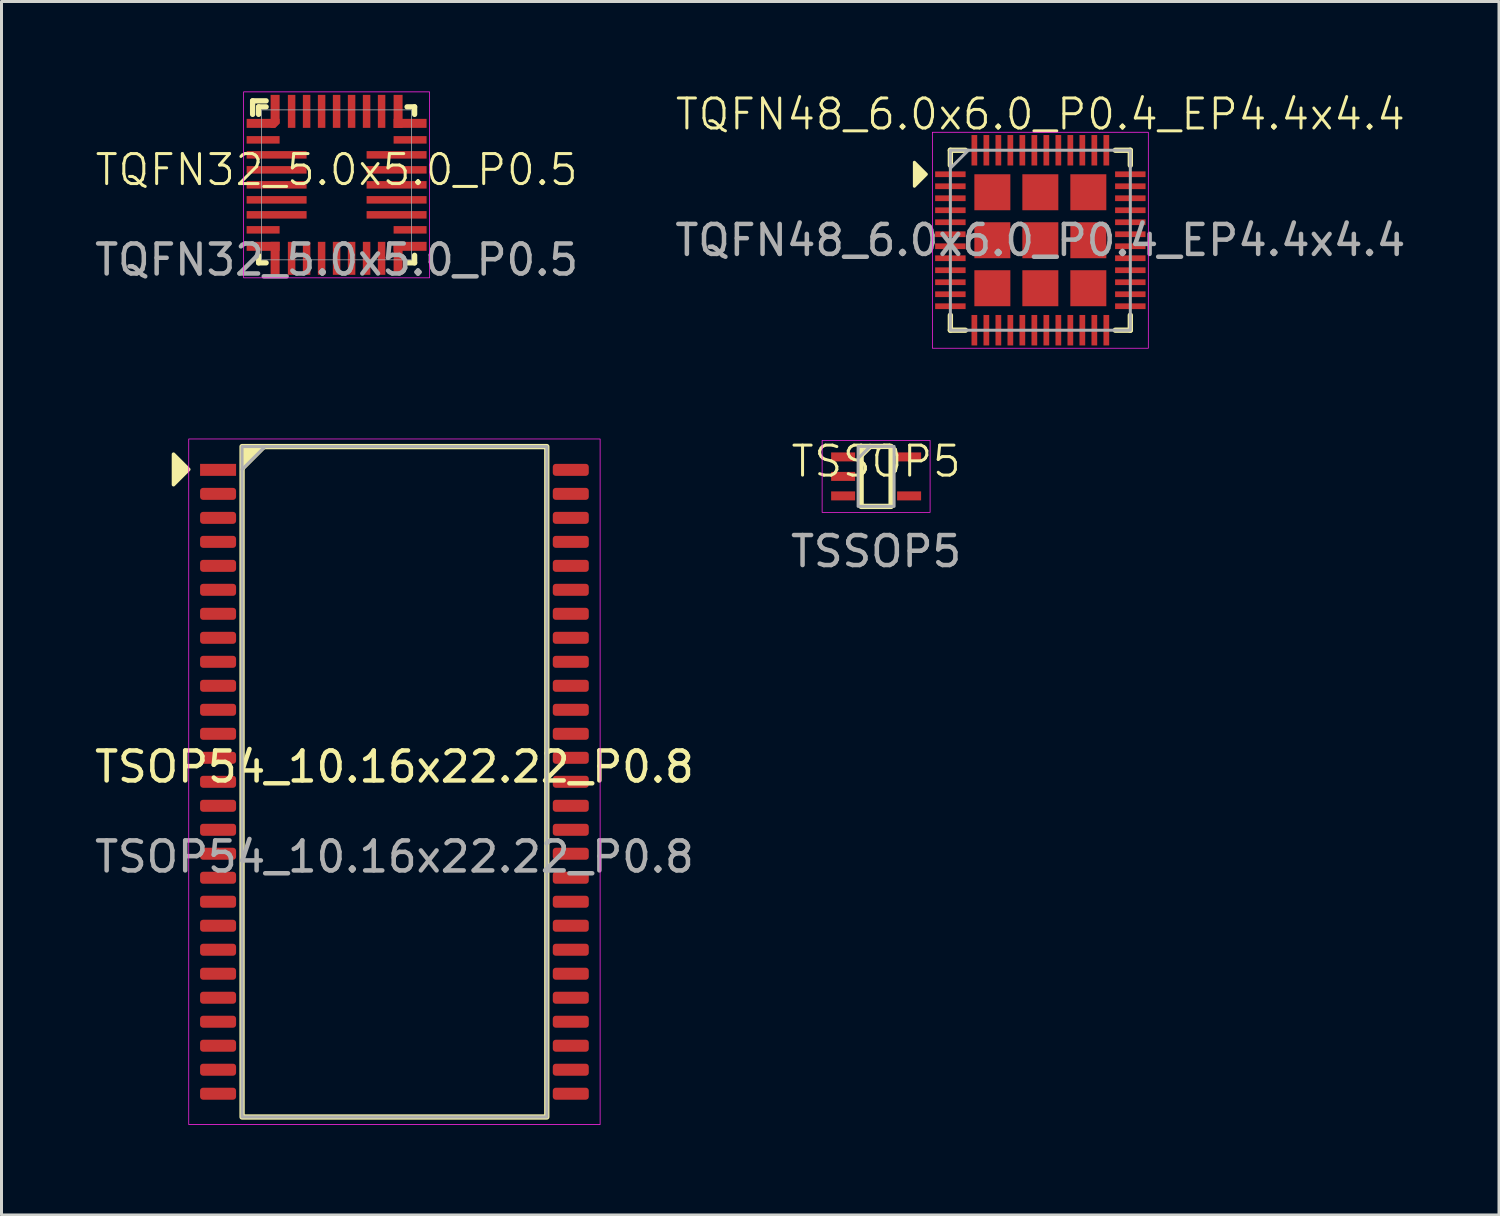
<source format=kicad_pcb>
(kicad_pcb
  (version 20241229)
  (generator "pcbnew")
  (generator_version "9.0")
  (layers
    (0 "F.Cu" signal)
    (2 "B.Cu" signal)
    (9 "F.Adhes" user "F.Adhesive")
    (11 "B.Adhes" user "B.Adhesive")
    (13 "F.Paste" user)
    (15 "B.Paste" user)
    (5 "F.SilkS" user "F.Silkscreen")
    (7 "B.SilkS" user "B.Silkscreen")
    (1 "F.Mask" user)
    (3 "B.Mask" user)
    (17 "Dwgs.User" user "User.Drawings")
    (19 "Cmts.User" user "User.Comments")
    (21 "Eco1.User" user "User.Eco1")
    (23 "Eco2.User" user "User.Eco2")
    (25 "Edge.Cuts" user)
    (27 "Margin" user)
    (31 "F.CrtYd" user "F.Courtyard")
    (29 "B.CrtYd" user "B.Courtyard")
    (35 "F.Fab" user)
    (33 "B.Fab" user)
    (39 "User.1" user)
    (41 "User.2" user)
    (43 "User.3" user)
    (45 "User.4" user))
  (footprint "TSSOP5"
    (layer "F.Cu")
    (at 26.161 12.834)
    (property "Reference" "TSSOP5" (at 0 -0.5 0) (unlocked yes) (layer "F.SilkS") (effects (font (size 1 1) (thickness 0.1))))
    (attr smd)
    (fp_line (start -0.5 -0.7) (end -0.2 -1) (stroke (width 0.178) (type default)) (layer "F.SilkS"))
    (fp_rect (start -0.5 1) (end 0.5 -1) (stroke (width 0.178) (type default)) (fill no) (layer "F.SilkS"))
    (fp_rect (start -1.8 -1.2) (end 1.8 1.2) (stroke (width 0.025) (type default)) (fill no) (layer "F.CrtYd"))
    (fp_line (start -0.6 -0.6) (end -0.2 -1) (stroke (width 0.1) (type default)) (layer "F.Fab"))
    (fp_rect (start -0.6 -1) (end 0.6 1) (stroke (width 0.1) (type default)) (fill no) (layer "F.Fab"))
    (fp_text user "${REFERENCE}" (at 0 2.5 0) (unlocked yes) (layer "F.Fab") (effects (font (size 1 1) (thickness 0.15))))
    (pad "1" smd rect (at -1.1 -0.65) (size 0.8 0.3) (layers "F.Cu" "F.Mask" "F.Paste"))
    (pad "2" smd rect (at -1.1 0) (size 0.8 0.3) (layers "F.Cu" "F.Mask" "F.Paste"))
    (pad "3" smd rect (at -1.1 0.65) (size 0.8 0.3) (layers "F.Cu" "F.Mask" "F.Paste"))
    (pad "4" smd rect (at 1.1 0.65) (size 0.8 0.3) (layers "F.Cu" "F.Mask" "F.Paste"))
    (pad "5" smd rect (at 1.1 -0.65) (size 0.8 0.3) (layers "F.Cu" "F.Mask" "F.Paste")))
  (footprint "TQFN32_5.0x5.0_P0.5"
    (layer "F.Cu")
    (at 8.173 3.113)
    (property "Reference" "TQFN32_5.0x5.0_P0.5" (at 0 -0.5 0) (unlocked yes) (layer "F.SilkS") (effects (font (size 1 1) (thickness 0.1))))
    (attr smd)
    (fp_line (start -2.8 -2.8) (end -2.35 -2.8) (stroke (width 0.178) (type default)) (layer "F.SilkS"))
    (fp_line (start -2.8 -2.35) (end -2.8 -2.8) (stroke (width 0.178) (type default)) (layer "F.SilkS"))
    (fp_line (start -2.6 -2.6) (end -2.35 -2.6) (stroke (width 0.178) (type default)) (layer "F.SilkS"))
    (fp_line (start -2.6 -2.35) (end -2.6 -2.6) (stroke (width 0.178) (type default)) (layer "F.SilkS"))
    (fp_line (start -2.6 2.35) (end -2.6 2.6) (stroke (width 0.178) (type default)) (layer "F.SilkS"))
    (fp_line (start -2.6 2.6) (end -2.35 2.6) (stroke (width 0.178) (type default)) (layer "F.SilkS"))
    (fp_line (start 2.35 -2.6) (end 2.6 -2.6) (stroke (width 0.178) (type default)) (layer "F.SilkS"))
    (fp_line (start 2.35 2.6) (end 2.6 2.6) (stroke (width 0.178) (type default)) (layer "F.SilkS"))
    (fp_line (start 2.6 -2.6) (end 2.6 -2.35) (stroke (width 0.178) (type default)) (layer "F.SilkS"))
    (fp_line (start 2.6 2.6) (end 2.6 2.35) (stroke (width 0.178) (type default)) (layer "F.SilkS"))
    (fp_rect (start -3.1 -3.1) (end 3.1 3.1) (stroke (width 0.025) (type default)) (fill no) (layer "F.CrtYd"))
    (fp_rect (start -2.5 2.5) (end 2.5 -2.5) (stroke (width 0.025) (type default)) (fill no) (layer "F.Fab"))
    (fp_text user "${REFERENCE}" (at 0 2.5 0) (unlocked yes) (layer "F.Fab") (effects (font (size 1 1) (thickness 0.15))))
    (pad "1" smd roundrect (at -2.45 -2.05) (size 1.1 0.3) (layers "F.Cu" "F.Mask" "F.Paste") (roundrect_rratio 0) (chamfer_ratio 0.5) (chamfer bottom_right))
    (pad "1" smd roundrect (at -2.05 -2.45) (size 0.3 1.1) (layers "F.Cu" "F.Mask" "F.Paste") (roundrect_rratio 0) (chamfer_ratio 0.5) (chamfer bottom_right))
    (pad "2" smd rect (at -2.45 -1.5) (size 1.1 0.25) (layers "F.Cu" "F.Mask" "F.Paste"))
    (pad "3" smd rect (at -2 -1) (size 2 0.25) (layers "F.Cu" "F.Mask" "F.Paste"))
    (pad "4" smd rect (at -2 -0.5) (size 2 0.25) (layers "F.Cu" "F.Mask" "F.Paste"))
    (pad "5" smd rect (at -2 0) (size 2 0.25) (layers "F.Cu" "F.Mask" "F.Paste"))
    (pad "6" smd rect (at -2 0.5) (size 2 0.25) (layers "F.Cu" "F.Mask" "F.Paste"))
    (pad "7" smd rect (at -2 1) (size 2 0.25) (layers "F.Cu" "F.Mask" "F.Paste"))
    (pad "8" smd rect (at -2.45 1.5) (size 1.1 0.25) (layers "F.Cu" "F.Mask" "F.Paste"))
    (pad "9" smd rect (at -2.45 2.05) (size 1.1 0.3) (layers "F.Cu" "F.Mask" "F.Paste"))
    (pad "9" smd rect (at -2.05 2.45) (size 0.3 1.1) (layers "F.Cu" "F.Mask" "F.Paste"))
    (pad "10" smd rect (at -1.5 2.45) (size 0.25 1.1) (layers "F.Cu" "F.Mask" "F.Paste"))
    (pad "11" smd rect (at -1 2.45) (size 0.25 1.1) (layers "F.Cu" "F.Mask" "F.Paste"))
    (pad "12" smd rect (at -0.5 2.45) (size 0.25 1.1) (layers "F.Cu" "F.Mask" "F.Paste"))
    (pad "13" smd rect (at 0 2.45) (size 0.25 1.1) (layers "F.Cu" "F.Mask" "F.Paste"))
    (pad "14" smd rect (at 0.5 2.45) (size 0.25 1.1) (layers "F.Cu" "F.Mask" "F.Paste"))
    (pad "15" smd rect (at 1 2.45) (size 0.25 1.1) (layers "F.Cu" "F.Mask" "F.Paste"))
    (pad "16" smd rect (at 1.5 2.45) (size 0.25 1.1) (layers "F.Cu" "F.Mask" "F.Paste"))
    (pad "17" smd rect (at 2.05 2.45) (size 0.3 1.1) (layers "F.Cu" "F.Mask" "F.Paste"))
    (pad "17" smd rect (at 2.45 2.05) (size 1.1 0.3) (layers "F.Cu" "F.Mask" "F.Paste"))
    (pad "18" smd rect (at 2.45 1.5) (size 1.1 0.25) (layers "F.Cu" "F.Mask" "F.Paste"))
    (pad "19" smd rect (at 2 1) (size 2 0.25) (layers "F.Cu" "F.Mask" "F.Paste"))
    (pad "20" smd rect (at 2 0.5) (size 2 0.25) (layers "F.Cu" "F.Mask" "F.Paste"))
    (pad "21" smd rect (at 2 0) (size 2 0.25) (layers "F.Cu" "F.Mask" "F.Paste"))
    (pad "22" smd rect (at 2 -0.5) (size 2 0.25) (layers "F.Cu" "F.Mask" "F.Paste"))
    (pad "23" smd rect (at 2 -1) (size 2 0.25) (layers "F.Cu" "F.Mask" "F.Paste"))
    (pad "24" smd rect (at 2.45 -1.5) (size 1.1 0.25) (layers "F.Cu" "F.Mask" "F.Paste"))
    (pad "25" smd rect (at 2.05 -2.45) (size 0.3 1.1) (layers "F.Cu" "F.Mask" "F.Paste"))
    (pad "25" smd rect (at 2.45 -2.05) (size 1.1 0.3) (layers "F.Cu" "F.Mask" "F.Paste"))
    (pad "26" smd rect (at 1.5 -2.45) (size 0.25 1.1) (layers "F.Cu" "F.Mask" "F.Paste"))
    (pad "27" smd rect (at 1 -2.45) (size 0.25 1.1) (layers "F.Cu" "F.Mask" "F.Paste"))
    (pad "28" smd rect (at 0.5 -2.45) (size 0.25 1.1) (layers "F.Cu" "F.Mask" "F.Paste"))
    (pad "29" smd rect (at 0 -2.45) (size 0.25 1.1) (layers "F.Cu" "F.Mask" "F.Paste"))
    (pad "30" smd rect (at -0.5 -2.45) (size 0.25 1.1) (layers "F.Cu" "F.Mask" "F.Paste"))
    (pad "31" smd rect (at -1 -2.45) (size 0.25 1.1) (layers "F.Cu" "F.Mask" "F.Paste"))
    (pad "32" smd rect (at -1.5 -2.45) (size 0.25 1.1) (layers "F.Cu" "F.Mask" "F.Paste")))
  (footprint "TQFN48_6.0x6.0_P0.4_EP4.4x4.4"
    (layer "F.Cu")
    (at 31.637 4.96)
    (property "Reference" "TQFN48_6.0x6.0_P0.4_EP4.4x4.4" (at 0 -4.2 0) (unlocked yes) (layer "F.SilkS") (effects (font (size 1 1) (thickness 0.1))))
    (attr smd)
    (fp_line (start -3 -3) (end -2.5 -3) (stroke (width 0.178) (type default)) (layer "F.SilkS"))
    (fp_line (start -3 -2.5) (end -3 -3) (stroke (width 0.178) (type default)) (layer "F.SilkS"))
    (fp_line (start -3 2.5) (end -3 3) (stroke (width 0.178) (type default)) (layer "F.SilkS"))
    (fp_line (start -3 3) (end -2.5 3) (stroke (width 0.178) (type default)) (layer "F.SilkS"))
    (fp_line (start 2.5 3) (end 3 3) (stroke (width 0.178) (type default)) (layer "F.SilkS"))
    (fp_line (start 3 -3) (end 2.5 -3) (stroke (width 0.178) (type default)) (layer "F.SilkS"))
    (fp_line (start 3 -2.5) (end 3 -3) (stroke (width 0.178) (type default)) (layer "F.SilkS"))
    (fp_line (start 3 3) (end 3 2.5) (stroke (width 0.178) (type default)) (layer "F.SilkS"))
    (fp_poly (pts (xy -3.8 -2.2) (xy -4.2 -2.6) (xy -4.2 -1.8)) (stroke (width 0.1) (type solid)) (fill yes) (layer "F.SilkS"))
    (fp_rect (start -3.6 -3.6) (end 3.6 3.6) (stroke (width 0.025) (type default)) (fill no) (layer "F.CrtYd"))
    (fp_line (start -3 -2.4) (end -2.4 -3) (stroke (width 0.1) (type default)) (layer "F.Fab"))
    (fp_rect (start -3 -3) (end 3 3) (stroke (width 0.1) (type default)) (fill no) (layer "F.Fab"))
    (fp_text user "${REFERENCE}" (at 0 0 0) (unlocked yes) (layer "F.Fab") (effects (font (size 1 1) (thickness 0.15))))
    (pad "1" smd rect (at -3 -2.2) (size 1.016 0.191) (layers "F.Cu" "F.Mask" "F.Paste"))
    (pad "2" smd rect (at -3 -1.8) (size 1.016 0.191) (layers "F.Cu" "F.Mask" "F.Paste"))
    (pad "3" smd rect (at -3 -1.4) (size 1.016 0.191) (layers "F.Cu" "F.Mask" "F.Paste"))
    (pad "4" smd rect (at -3 -1) (size 1.016 0.191) (layers "F.Cu" "F.Mask" "F.Paste"))
    (pad "5" smd rect (at -3 -0.6) (size 1.016 0.191) (layers "F.Cu" "F.Mask" "F.Paste"))
    (pad "6" smd rect (at -3 -0.2) (size 1.016 0.191) (layers "F.Cu" "F.Mask" "F.Paste"))
    (pad "7" smd rect (at -3 0.2) (size 1.016 0.191) (layers "F.Cu" "F.Mask" "F.Paste"))
    (pad "8" smd rect (at -3 0.6) (size 1.016 0.191) (layers "F.Cu" "F.Mask" "F.Paste"))
    (pad "9" smd rect (at -3 1) (size 1.016 0.191) (layers "F.Cu" "F.Mask" "F.Paste"))
    (pad "10" smd rect (at -3 1.4) (size 1.016 0.191) (layers "F.Cu" "F.Mask" "F.Paste"))
    (pad "11" smd rect (at -3 1.8) (size 1.016 0.191) (layers "F.Cu" "F.Mask" "F.Paste"))
    (pad "12" smd rect (at -3 2.2) (size 1.016 0.191) (layers "F.Cu" "F.Mask" "F.Paste"))
    (pad "13" smd rect (at -2.2 3) (size 0.191 1.016) (layers "F.Cu" "F.Mask" "F.Paste"))
    (pad "14" smd rect (at -1.8 3) (size 0.191 1.016) (layers "F.Cu" "F.Mask" "F.Paste"))
    (pad "15" smd rect (at -1.4 3) (size 0.191 1.016) (layers "F.Cu" "F.Mask" "F.Paste"))
    (pad "16" smd rect (at -1 3) (size 0.191 1.016) (layers "F.Cu" "F.Mask" "F.Paste"))
    (pad "17" smd rect (at -0.6 3) (size 0.191 1.016) (layers "F.Cu" "F.Mask" "F.Paste"))
    (pad "18" smd rect (at -0.2 3) (size 0.191 1.016) (layers "F.Cu" "F.Mask" "F.Paste"))
    (pad "19" smd rect (at 0.2 3) (size 0.191 1.016) (layers "F.Cu" "F.Mask" "F.Paste"))
    (pad "20" smd rect (at 0.6 3) (size 0.191 1.016) (layers "F.Cu" "F.Mask" "F.Paste"))
    (pad "21" smd rect (at 1 3) (size 0.191 1.016) (layers "F.Cu" "F.Mask" "F.Paste"))
    (pad "22" smd rect (at 1.4 3) (size 0.191 1.016) (layers "F.Cu" "F.Mask" "F.Paste"))
    (pad "23" smd rect (at 1.8 3) (size 0.191 1.016) (layers "F.Cu" "F.Mask" "F.Paste"))
    (pad "24" smd rect (at 2.2 3) (size 0.191 1.016) (layers "F.Cu" "F.Mask" "F.Paste"))
    (pad "25" smd rect (at 3 2.2) (size 1.016 0.191) (layers "F.Cu" "F.Mask" "F.Paste"))
    (pad "26" smd rect (at 3 1.8) (size 1.016 0.191) (layers "F.Cu" "F.Mask" "F.Paste"))
    (pad "27" smd rect (at 3 1.4) (size 1.016 0.191) (layers "F.Cu" "F.Mask" "F.Paste"))
    (pad "28" smd rect (at 3 1) (size 1.016 0.191) (layers "F.Cu" "F.Mask" "F.Paste"))
    (pad "29" smd rect (at 3 0.6) (size 1.016 0.191) (layers "F.Cu" "F.Mask" "F.Paste"))
    (pad "30" smd rect (at 3 0.2) (size 1.016 0.191) (layers "F.Cu" "F.Mask" "F.Paste"))
    (pad "31" smd rect (at 3 -0.2) (size 1.016 0.191) (layers "F.Cu" "F.Mask" "F.Paste"))
    (pad "32" smd rect (at 3 -0.6) (size 1.016 0.191) (layers "F.Cu" "F.Mask" "F.Paste"))
    (pad "33" smd rect (at 3 -1) (size 1.016 0.191) (layers "F.Cu" "F.Mask" "F.Paste"))
    (pad "34" smd rect (at 3 -1.4) (size 1.016 0.191) (layers "F.Cu" "F.Mask" "F.Paste"))
    (pad "35" smd rect (at 3 -1.8) (size 1.016 0.191) (layers "F.Cu" "F.Mask" "F.Paste"))
    (pad "36" smd rect (at 3 -2.2) (size 1.016 0.191) (layers "F.Cu" "F.Mask" "F.Paste"))
    (pad "37" smd rect (at 2.2 -3) (size 0.191 1.016) (layers "F.Cu" "F.Mask" "F.Paste"))
    (pad "38" smd rect (at 1.8 -3) (size 0.191 1.016) (layers "F.Cu" "F.Mask" "F.Paste"))
    (pad "39" smd rect (at 1.4 -3) (size 0.191 1.016) (layers "F.Cu" "F.Mask" "F.Paste"))
    (pad "40" smd rect (at 1 -3) (size 0.191 1.016) (layers "F.Cu" "F.Mask" "F.Paste"))
    (pad "41" smd rect (at 0.6 -3) (size 0.191 1.016) (layers "F.Cu" "F.Mask" "F.Paste"))
    (pad "42" smd rect (at 0.2 -3) (size 0.191 1.016) (layers "F.Cu" "F.Mask" "F.Paste"))
    (pad "43" smd rect (at -0.2 -3) (size 0.191 1.016) (layers "F.Cu" "F.Mask" "F.Paste"))
    (pad "44" smd rect (at -0.6 -3) (size 0.191 1.016) (layers "F.Cu" "F.Mask" "F.Paste"))
    (pad "45" smd rect (at -1 -3) (size 0.191 1.016) (layers "F.Cu" "F.Mask" "F.Paste"))
    (pad "46" smd rect (at -1.4 -3) (size 0.191 1.016) (layers "F.Cu" "F.Mask" "F.Paste"))
    (pad "47" smd rect (at -1.8 -3) (size 0.191 1.016) (layers "F.Cu" "F.Mask" "F.Paste"))
    (pad "48" smd rect (at -2.2 -3) (size 0.191 1.016) (layers "F.Cu" "F.Mask" "F.Paste"))
    (pad "49" smd rect (at -1.6 -1.6) (size 1.2 1.2) (layers "F.Cu" "F.Mask" "F.Paste"))
    (pad "49" smd rect (at -1.6 0) (size 1.2 1.2) (layers "F.Cu" "F.Mask" "F.Paste"))
    (pad "49" smd rect (at -1.6 1.6) (size 1.2 1.2) (layers "F.Cu" "F.Mask" "F.Paste"))
    (pad "49" smd rect (at 0 -1.6) (size 1.2 1.2) (layers "F.Cu" "F.Mask" "F.Paste"))
    (pad "49" smd rect (at 0 0) (size 1.2 1.2) (layers "F.Cu" "F.Mask" "F.Paste"))
    (pad "49" smd rect (at 0 1.6) (size 1.2 1.2) (layers "F.Cu" "F.Mask" "F.Paste"))
    (pad "49" smd rect (at 1.6 -1.6) (size 1.2 1.2) (layers "F.Cu" "F.Mask" "F.Paste"))
    (pad "49" smd rect (at 1.6 0) (size 1.2 1.2) (layers "F.Cu" "F.Mask" "F.Paste"))
    (pad "49" smd rect (at 1.6 1.6) (size 1.2 1.2) (layers "F.Cu" "F.Mask" "F.Paste")))
  (footprint "TSOP54_10.16x22.22_P0.8"
    (layer "F.Cu")
    (at 10.101 23.016)
    (property "Reference" "TSOP54_10.16x22.22_P0.8" (at 0 -0.5 0) (unlocked yes) (layer "F.SilkS") (effects (font (size 1 1) (thickness 0.15))))
    (fp_rect (start -5.08 -11.176) (end 5.08 11.176) (stroke (width 0.178) (type solid)) (fill no) (layer "F.SilkS"))
    (fp_poly (pts (xy -6.858 -10.414) (xy -7.366 -9.906) (xy -7.366 -10.922)) (stroke (width 0.12) (type solid)) (fill yes) (layer "F.SilkS"))
    (fp_poly (pts (xy -5.08 -10.414) (xy -5.08 -11.176) (xy -4.318 -11.176)) (stroke (width 0.12) (type solid)) (fill yes) (layer "F.SilkS"))
    (fp_rect (start -6.858 -11.43) (end 6.858 11.43) (stroke (width 0.025) (type solid)) (fill no) (layer "F.CrtYd"))
    (fp_line (start -5.08 -10.414) (end -4.318 -11.176) (stroke (width 0.1) (type solid)) (layer "F.Fab"))
    (fp_rect (start -5.08 -11.176) (end 5.08 11.176) (stroke (width 0.1) (type solid)) (fill no) (layer "F.Fab"))
    (fp_text user "${REFERENCE}" (at 0 2.5 0) (unlocked yes) (layer "F.Fab") (effects (font (size 1 1) (thickness 0.15))))
    (pad "1" smd rect (at -5.88 -10.4) (size 1.2 0.4) (layers "F.Cu" "F.Mask" "F.Paste"))
    (pad "2" smd roundrect (at -5.88 -9.6) (size 1.2 0.4) (layers "F.Cu" "F.Mask" "F.Paste") (roundrect_rratio 0.25))
    (pad "3" smd roundrect (at -5.88 -8.8) (size 1.2 0.4) (layers "F.Cu" "F.Mask" "F.Paste") (roundrect_rratio 0.25))
    (pad "4" smd roundrect (at -5.88 -8) (size 1.2 0.4) (layers "F.Cu" "F.Mask" "F.Paste") (roundrect_rratio 0.25))
    (pad "5" smd roundrect (at -5.88 -7.2) (size 1.2 0.4) (layers "F.Cu" "F.Mask" "F.Paste") (roundrect_rratio 0.25))
    (pad "6" smd roundrect (at -5.88 -6.4) (size 1.2 0.4) (layers "F.Cu" "F.Mask" "F.Paste") (roundrect_rratio 0.25))
    (pad "7" smd roundrect (at -5.88 -5.6) (size 1.2 0.4) (layers "F.Cu" "F.Mask" "F.Paste") (roundrect_rratio 0.25))
    (pad "8" smd roundrect (at -5.88 -4.8) (size 1.2 0.4) (layers "F.Cu" "F.Mask" "F.Paste") (roundrect_rratio 0.25))
    (pad "9" smd roundrect (at -5.88 -4) (size 1.2 0.4) (layers "F.Cu" "F.Mask" "F.Paste") (roundrect_rratio 0.25))
    (pad "10" smd roundrect (at -5.88 -3.2) (size 1.2 0.4) (layers "F.Cu" "F.Mask" "F.Paste") (roundrect_rratio 0.25))
    (pad "11" smd roundrect (at -5.88 -2.4) (size 1.2 0.4) (layers "F.Cu" "F.Mask" "F.Paste") (roundrect_rratio 0.25))
    (pad "12" smd roundrect (at -5.88 -1.6) (size 1.2 0.4) (layers "F.Cu" "F.Mask" "F.Paste") (roundrect_rratio 0.25))
    (pad "13" smd roundrect (at -5.88 -0.8) (size 1.2 0.4) (layers "F.Cu" "F.Mask" "F.Paste") (roundrect_rratio 0.25))
    (pad "14" smd roundrect (at -5.88 0) (size 1.2 0.4) (layers "F.Cu" "F.Mask" "F.Paste") (roundrect_rratio 0.25))
    (pad "15" smd roundrect (at -5.88 0.8) (size 1.2 0.4) (layers "F.Cu" "F.Mask" "F.Paste") (roundrect_rratio 0.25))
    (pad "16" smd roundrect (at -5.88 1.6) (size 1.2 0.4) (layers "F.Cu" "F.Mask" "F.Paste") (roundrect_rratio 0.25))
    (pad "17" smd roundrect (at -5.88 2.4) (size 1.2 0.4) (layers "F.Cu" "F.Mask" "F.Paste") (roundrect_rratio 0.25))
    (pad "18" smd roundrect (at -5.88 3.2) (size 1.2 0.4) (layers "F.Cu" "F.Mask" "F.Paste") (roundrect_rratio 0.25))
    (pad "19" smd roundrect (at -5.88 4) (size 1.2 0.4) (layers "F.Cu" "F.Mask" "F.Paste") (roundrect_rratio 0.25))
    (pad "20" smd roundrect (at -5.88 4.8) (size 1.2 0.4) (layers "F.Cu" "F.Mask" "F.Paste") (roundrect_rratio 0.25))
    (pad "21" smd roundrect (at -5.88 5.6) (size 1.2 0.4) (layers "F.Cu" "F.Mask" "F.Paste") (roundrect_rratio 0.25))
    (pad "22" smd roundrect (at -5.88 6.4) (size 1.2 0.4) (layers "F.Cu" "F.Mask" "F.Paste") (roundrect_rratio 0.25))
    (pad "23" smd roundrect (at -5.88 7.2) (size 1.2 0.4) (layers "F.Cu" "F.Mask" "F.Paste") (roundrect_rratio 0.25))
    (pad "24" smd roundrect (at -5.88 8) (size 1.2 0.4) (layers "F.Cu" "F.Mask" "F.Paste") (roundrect_rratio 0.25))
    (pad "25" smd roundrect (at -5.88 8.8) (size 1.2 0.4) (layers "F.Cu" "F.Mask" "F.Paste") (roundrect_rratio 0.25))
    (pad "26" smd roundrect (at -5.88 9.6) (size 1.2 0.4) (layers "F.Cu" "F.Mask" "F.Paste") (roundrect_rratio 0.25))
    (pad "27" smd roundrect (at -5.88 10.4) (size 1.2 0.4) (layers "F.Cu" "F.Mask" "F.Paste") (roundrect_rratio 0.25))
    (pad "28" smd roundrect (at 5.88 10.4) (size 1.2 0.4) (layers "F.Cu" "F.Mask" "F.Paste") (roundrect_rratio 0.25))
    (pad "29" smd roundrect (at 5.88 9.6) (size 1.2 0.4) (layers "F.Cu" "F.Mask" "F.Paste") (roundrect_rratio 0.25))
    (pad "30" smd roundrect (at 5.88 8.8) (size 1.2 0.4) (layers "F.Cu" "F.Mask" "F.Paste") (roundrect_rratio 0.25))
    (pad "31" smd roundrect (at 5.88 8) (size 1.2 0.4) (layers "F.Cu" "F.Mask" "F.Paste") (roundrect_rratio 0.25))
    (pad "32" smd roundrect (at 5.88 7.2) (size 1.2 0.4) (layers "F.Cu" "F.Mask" "F.Paste") (roundrect_rratio 0.25))
    (pad "33" smd roundrect (at 5.88 6.4) (size 1.2 0.4) (layers "F.Cu" "F.Mask" "F.Paste") (roundrect_rratio 0.25))
    (pad "34" smd roundrect (at 5.88 5.6) (size 1.2 0.4) (layers "F.Cu" "F.Mask" "F.Paste") (roundrect_rratio 0.25))
    (pad "35" smd roundrect (at 5.88 4.8) (size 1.2 0.4) (layers "F.Cu" "F.Mask" "F.Paste") (roundrect_rratio 0.25))
    (pad "36" smd roundrect (at 5.88 4) (size 1.2 0.4) (layers "F.Cu" "F.Mask" "F.Paste") (roundrect_rratio 0.25))
    (pad "37" smd roundrect (at 5.88 3.2) (size 1.2 0.4) (layers "F.Cu" "F.Mask" "F.Paste") (roundrect_rratio 0.25))
    (pad "38" smd roundrect (at 5.88 2.4) (size 1.2 0.4) (layers "F.Cu" "F.Mask" "F.Paste") (roundrect_rratio 0.25))
    (pad "39" smd roundrect (at 5.88 1.6) (size 1.2 0.4) (layers "F.Cu" "F.Mask" "F.Paste") (roundrect_rratio 0.25))
    (pad "40" smd roundrect (at 5.88 0.8) (size 1.2 0.4) (layers "F.Cu" "F.Mask" "F.Paste") (roundrect_rratio 0.25))
    (pad "41" smd roundrect (at 5.88 0) (size 1.2 0.4) (layers "F.Cu" "F.Mask" "F.Paste") (roundrect_rratio 0.25))
    (pad "42" smd roundrect (at 5.88 -0.8) (size 1.2 0.4) (layers "F.Cu" "F.Mask" "F.Paste") (roundrect_rratio 0.25))
    (pad "43" smd roundrect (at 5.88 -1.6) (size 1.2 0.4) (layers "F.Cu" "F.Mask" "F.Paste") (roundrect_rratio 0.25))
    (pad "44" smd roundrect (at 5.88 -2.4) (size 1.2 0.4) (layers "F.Cu" "F.Mask" "F.Paste") (roundrect_rratio 0.25))
    (pad "45" smd roundrect (at 5.88 -3.2) (size 1.2 0.4) (layers "F.Cu" "F.Mask" "F.Paste") (roundrect_rratio 0.25))
    (pad "46" smd roundrect (at 5.88 -4) (size 1.2 0.4) (layers "F.Cu" "F.Mask" "F.Paste") (roundrect_rratio 0.25))
    (pad "47" smd roundrect (at 5.88 -4.8) (size 1.2 0.4) (layers "F.Cu" "F.Mask" "F.Paste") (roundrect_rratio 0.25))
    (pad "48" smd roundrect (at 5.88 -5.6) (size 1.2 0.4) (layers "F.Cu" "F.Mask" "F.Paste") (roundrect_rratio 0.25))
    (pad "49" smd roundrect (at 5.88 -6.4) (size 1.2 0.4) (layers "F.Cu" "F.Mask" "F.Paste") (roundrect_rratio 0.25))
    (pad "50" smd roundrect (at 5.88 -7.2) (size 1.2 0.4) (layers "F.Cu" "F.Mask" "F.Paste") (roundrect_rratio 0.25))
    (pad "51" smd roundrect (at 5.88 -8) (size 1.2 0.4) (layers "F.Cu" "F.Mask" "F.Paste") (roundrect_rratio 0.25))
    (pad "52" smd roundrect (at 5.88 -8.8) (size 1.2 0.4) (layers "F.Cu" "F.Mask" "F.Paste") (roundrect_rratio 0.25))
    (pad "53" smd roundrect (at 5.88 -9.6) (size 1.2 0.4) (layers "F.Cu" "F.Mask" "F.Paste") (roundrect_rratio 0.25))
    (pad "54" smd roundrect (at 5.88 -10.4) (size 1.2 0.4) (layers "F.Cu" "F.Mask" "F.Paste") (roundrect_rratio 0.25)))
  (gr_rect
    (start -3 -3)
    (end 46.929 37.459)
    (stroke (width 0.1) (type default))
    (fill no)
    (layer "Edge.Cuts")))
</source>
